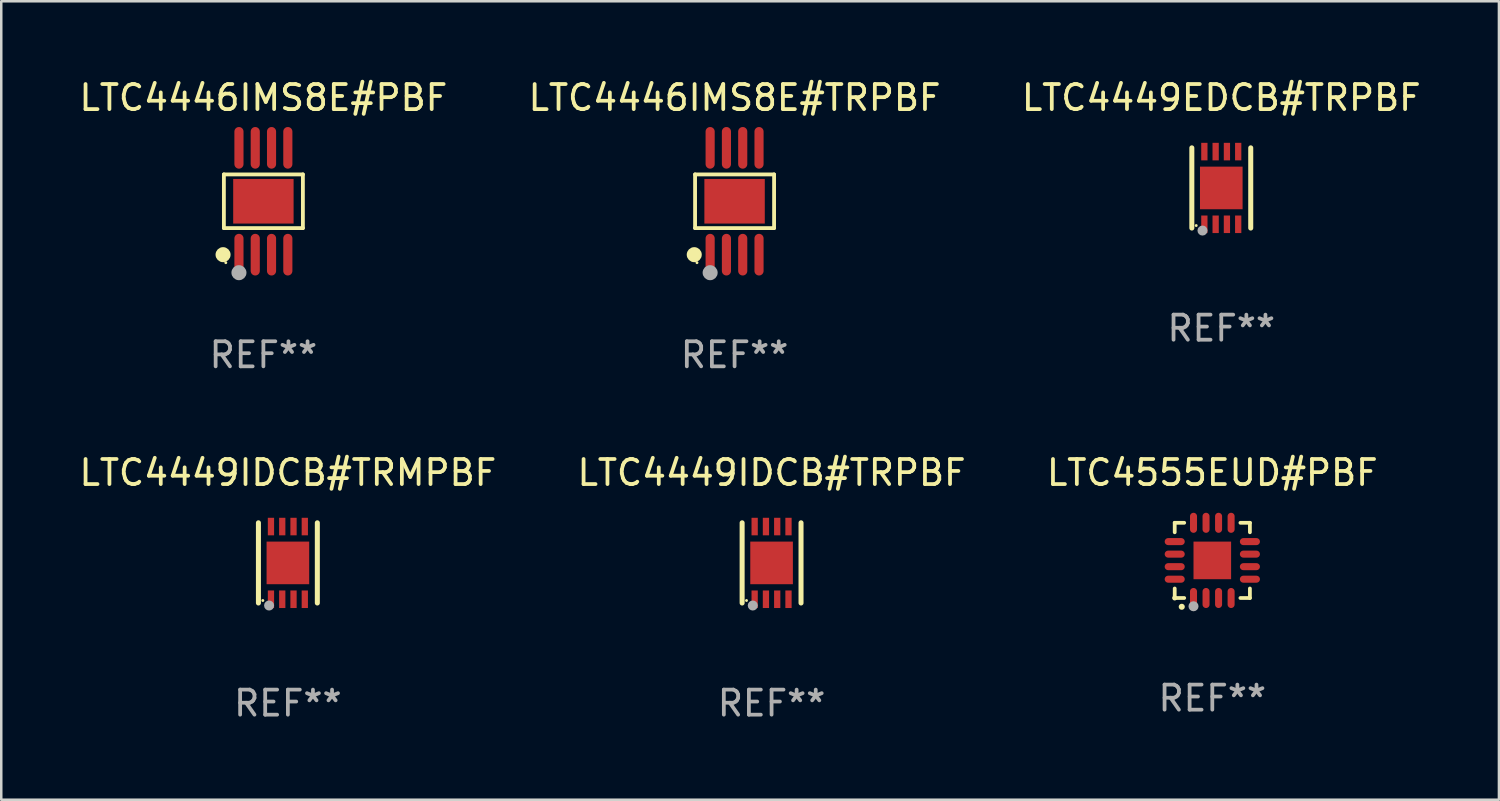
<source format=kicad_pcb>
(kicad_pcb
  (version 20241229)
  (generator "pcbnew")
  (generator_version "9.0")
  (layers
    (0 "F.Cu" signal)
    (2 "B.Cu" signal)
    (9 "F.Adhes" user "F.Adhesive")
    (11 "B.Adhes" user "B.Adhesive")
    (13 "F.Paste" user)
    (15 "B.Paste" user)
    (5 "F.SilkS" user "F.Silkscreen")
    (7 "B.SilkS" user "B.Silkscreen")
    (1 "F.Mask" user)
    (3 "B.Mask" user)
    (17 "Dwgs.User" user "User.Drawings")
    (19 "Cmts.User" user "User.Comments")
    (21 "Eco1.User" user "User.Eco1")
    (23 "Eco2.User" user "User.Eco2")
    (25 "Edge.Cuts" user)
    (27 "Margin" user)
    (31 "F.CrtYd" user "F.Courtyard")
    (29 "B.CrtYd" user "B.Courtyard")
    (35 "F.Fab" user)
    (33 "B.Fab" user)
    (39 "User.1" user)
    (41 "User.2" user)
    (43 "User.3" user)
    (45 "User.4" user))
  (footprint "LTC4449IDCB#TRMPBF"
    (layer "F.Cu")
    (at 8.435 19.407)
    (property "Reference" "LTC4449IDCB#TRMPBF" (at 0 -3.6 0) (layer "F.SilkS") (effects (font (size 1 1) (thickness 0.15))))
    (attr through_hole)
    (fp_line (start -1.175 1.6) (end -1.175 -1.6) (stroke (width 0.2) (type solid)) (layer "F.SilkS"))
    (fp_line (start 1.175 1.6) (end 1.175 -1.6) (stroke (width 0.2) (type solid)) (layer "F.SilkS"))
    (fp_circle (center -1 1.5) (end -0.97 1.5) (stroke (width 0.06) (type solid)) (fill no) (layer "F.SilkS"))
    (fp_circle (center -0.75 1.7) (end -0.65 1.7) (stroke (width 0.2) (type solid)) (fill no) (layer "F.Fab"))
    (fp_text user "REF**" (at 0 5.6 0) (layer "F.Fab") (effects (font (size 1 1) (thickness 0.15))))
    (pad "1" smd rect (at -0.675 1.45 90) (size 0.7 0.25) (layers "F.Cu" "F.Mask" "F.Paste"))
    (pad "2" smd rect (at -0.225 1.45 90) (size 0.7 0.25) (layers "F.Cu" "F.Mask" "F.Paste"))
    (pad "3" smd rect (at 0.225 1.45 90) (size 0.7 0.25) (layers "F.Cu" "F.Mask" "F.Paste"))
    (pad "4" smd rect (at 0.675 1.45 90) (size 0.7 0.25) (layers "F.Cu" "F.Mask" "F.Paste"))
    (pad "5" smd rect (at 0.675 -1.45 90) (size 0.7 0.25) (layers "F.Cu" "F.Mask" "F.Paste"))
    (pad "6" smd rect (at 0.225 -1.45 90) (size 0.7 0.25) (layers "F.Cu" "F.Mask" "F.Paste"))
    (pad "7" smd rect (at -0.225 -1.45 90) (size 0.7 0.25) (layers "F.Cu" "F.Mask" "F.Paste"))
    (pad "8" smd rect (at -0.675 -1.45 90) (size 0.7 0.25) (layers "F.Cu" "F.Mask" "F.Paste"))
    (pad "9" smd rect (at 0.000127 0 90) (size 1.7 1.7) (layers "F.Cu" "F.Mask" "F.Paste")))
  (footprint "LTC4446IMS8E#PBF"
    (layer "F.Cu")
    (at 7.458 4.979)
    (property "Reference" "LTC4446IMS8E#PBF" (at 0 -4.131 0) (layer "F.SilkS") (effects (font (size 1 1) (thickness 0.15))))
    (attr through_hole)
    (fp_line (start -1.576 -1.071) (end 1.576 -1.071) (stroke (width 0.152) (type solid)) (layer "F.SilkS"))
    (fp_line (start -1.576 1.071) (end -1.576 -1.071) (stroke (width 0.152) (type solid)) (layer "F.SilkS"))
    (fp_line (start 1.576 -1.071) (end 1.576 1.071) (stroke (width 0.152) (type solid)) (layer "F.SilkS"))
    (fp_line (start 1.576 1.071) (end -1.576 1.071) (stroke (width 0.152) (type solid)) (layer "F.SilkS"))
    (fp_circle (center -1.609 2.131) (end -1.459 2.131) (stroke (width 0.3) (type solid)) (fill no) (layer "F.SilkS"))
    (fp_circle (center -1.5 2.45) (end -1.47 2.45) (stroke (width 0.06) (type solid)) (fill no) (layer "F.SilkS"))
    (fp_circle (center -0.975 2.85) (end -0.825 2.85) (stroke (width 0.3) (type solid)) (fill no) (layer "F.Fab"))
    (fp_text user "REF**" (at 0 6.131 0) (layer "F.Fab") (effects (font (size 1 1) (thickness 0.15))))
    (pad "1" smd oval (at -0.975 2.131) (size 0.364 1.662) (layers "F.Cu" "F.Mask" "F.Paste"))
    (pad "2" smd oval (at -0.325 2.131) (size 0.364 1.662) (layers "F.Cu" "F.Mask" "F.Paste"))
    (pad "3" smd oval (at 0.325 2.131) (size 0.364 1.662) (layers "F.Cu" "F.Mask" "F.Paste"))
    (pad "4" smd oval (at 0.975 2.131) (size 0.364 1.662) (layers "F.Cu" "F.Mask" "F.Paste"))
    (pad "5" smd oval (at 0.975 -2.131) (size 0.364 1.662) (layers "F.Cu" "F.Mask" "F.Paste"))
    (pad "6" smd oval (at 0.325 -2.131) (size 0.364 1.662) (layers "F.Cu" "F.Mask" "F.Paste"))
    (pad "7" smd oval (at -0.325 -2.131) (size 0.364 1.662) (layers "F.Cu" "F.Mask" "F.Paste"))
    (pad "8" smd oval (at -0.975 -2.131) (size 0.364 1.662) (layers "F.Cu" "F.Mask" "F.Paste"))
    (pad "9" smd rect (at 0 0) (size 2.41 1.78) (layers "F.Cu" "F.Mask" "F.Paste")))
  (footprint "LTC4449IDCB#TRPBF"
    (layer "F.Cu")
    (at 27.732 19.407)
    (property "Reference" "LTC4449IDCB#TRPBF" (at 0 -3.6 0) (layer "F.SilkS") (effects (font (size 1 1) (thickness 0.15))))
    (attr through_hole)
    (fp_line (start -1.175 1.6) (end -1.175 -1.6) (stroke (width 0.2) (type solid)) (layer "F.SilkS"))
    (fp_line (start 1.175 1.6) (end 1.175 -1.6) (stroke (width 0.2) (type solid)) (layer "F.SilkS"))
    (fp_circle (center -1 1.5) (end -0.97 1.5) (stroke (width 0.06) (type solid)) (fill no) (layer "F.SilkS"))
    (fp_circle (center -0.75 1.7) (end -0.65 1.7) (stroke (width 0.2) (type solid)) (fill no) (layer "F.Fab"))
    (fp_text user "REF**" (at 0 5.6 0) (layer "F.Fab") (effects (font (size 1 1) (thickness 0.15))))
    (pad "1" smd rect (at -0.675 1.45 90) (size 0.7 0.25) (layers "F.Cu" "F.Mask" "F.Paste"))
    (pad "2" smd rect (at -0.225 1.45 90) (size 0.7 0.25) (layers "F.Cu" "F.Mask" "F.Paste"))
    (pad "3" smd rect (at 0.225 1.45 90) (size 0.7 0.25) (layers "F.Cu" "F.Mask" "F.Paste"))
    (pad "4" smd rect (at 0.675 1.45 90) (size 0.7 0.25) (layers "F.Cu" "F.Mask" "F.Paste"))
    (pad "5" smd rect (at 0.675 -1.45 90) (size 0.7 0.25) (layers "F.Cu" "F.Mask" "F.Paste"))
    (pad "6" smd rect (at 0.225 -1.45 90) (size 0.7 0.25) (layers "F.Cu" "F.Mask" "F.Paste"))
    (pad "7" smd rect (at -0.225 -1.45 90) (size 0.7 0.25) (layers "F.Cu" "F.Mask" "F.Paste"))
    (pad "8" smd rect (at -0.675 -1.45 90) (size 0.7 0.25) (layers "F.Cu" "F.Mask" "F.Paste"))
    (pad "9" smd rect (at 0.000127 0 90) (size 1.7 1.7) (layers "F.Cu" "F.Mask" "F.Paste")))
  (footprint "LTC4446IMS8E#TRPBF"
    (layer "F.Cu")
    (at 26.256 4.979)
    (property "Reference" "LTC4446IMS8E#TRPBF" (at 0 -4.131 0) (layer "F.SilkS") (effects (font (size 1 1) (thickness 0.15))))
    (attr through_hole)
    (fp_line (start -1.576 -1.071) (end 1.576 -1.071) (stroke (width 0.152) (type solid)) (layer "F.SilkS"))
    (fp_line (start -1.576 1.071) (end -1.576 -1.071) (stroke (width 0.152) (type solid)) (layer "F.SilkS"))
    (fp_line (start 1.576 -1.071) (end 1.576 1.071) (stroke (width 0.152) (type solid)) (layer "F.SilkS"))
    (fp_line (start 1.576 1.071) (end -1.576 1.071) (stroke (width 0.152) (type solid)) (layer "F.SilkS"))
    (fp_circle (center -1.609 2.131) (end -1.459 2.131) (stroke (width 0.3) (type solid)) (fill no) (layer "F.SilkS"))
    (fp_circle (center -1.5 2.45) (end -1.47 2.45) (stroke (width 0.06) (type solid)) (fill no) (layer "F.SilkS"))
    (fp_circle (center -0.975 2.85) (end -0.825 2.85) (stroke (width 0.3) (type solid)) (fill no) (layer "F.Fab"))
    (fp_text user "REF**" (at 0 6.131 0) (layer "F.Fab") (effects (font (size 1 1) (thickness 0.15))))
    (pad "1" smd oval (at -0.975 2.131) (size 0.364 1.662) (layers "F.Cu" "F.Mask" "F.Paste"))
    (pad "2" smd oval (at -0.325 2.131) (size 0.364 1.662) (layers "F.Cu" "F.Mask" "F.Paste"))
    (pad "3" smd oval (at 0.325 2.131) (size 0.364 1.662) (layers "F.Cu" "F.Mask" "F.Paste"))
    (pad "4" smd oval (at 0.975 2.131) (size 0.364 1.662) (layers "F.Cu" "F.Mask" "F.Paste"))
    (pad "5" smd oval (at 0.975 -2.131) (size 0.364 1.662) (layers "F.Cu" "F.Mask" "F.Paste"))
    (pad "6" smd oval (at 0.325 -2.131) (size 0.364 1.662) (layers "F.Cu" "F.Mask" "F.Paste"))
    (pad "7" smd oval (at -0.325 -2.131) (size 0.364 1.662) (layers "F.Cu" "F.Mask" "F.Paste"))
    (pad "8" smd oval (at -0.975 -2.131) (size 0.364 1.662) (layers "F.Cu" "F.Mask" "F.Paste"))
    (pad "9" smd rect (at 0 0) (size 2.41 1.78) (layers "F.Cu" "F.Mask" "F.Paste")))
  (footprint "LTC4449EDCB#TRPBF"
    (layer "F.Cu")
    (at 45.673 4.448)
    (property "Reference" "LTC4449EDCB#TRPBF" (at 0 -3.6 0) (layer "F.SilkS") (effects (font (size 1 1) (thickness 0.15))))
    (attr through_hole)
    (fp_line (start -1.175 1.6) (end -1.175 -1.6) (stroke (width 0.2) (type solid)) (layer "F.SilkS"))
    (fp_line (start 1.175 1.6) (end 1.175 -1.6) (stroke (width 0.2) (type solid)) (layer "F.SilkS"))
    (fp_circle (center -1 1.5) (end -0.97 1.5) (stroke (width 0.06) (type solid)) (fill no) (layer "F.SilkS"))
    (fp_circle (center -0.75 1.7) (end -0.65 1.7) (stroke (width 0.2) (type solid)) (fill no) (layer "F.Fab"))
    (fp_text user "REF**" (at 0 5.6 0) (layer "F.Fab") (effects (font (size 1 1) (thickness 0.15))))
    (pad "1" smd rect (at -0.675 1.45 90) (size 0.7 0.25) (layers "F.Cu" "F.Mask" "F.Paste"))
    (pad "2" smd rect (at -0.225 1.45 90) (size 0.7 0.25) (layers "F.Cu" "F.Mask" "F.Paste"))
    (pad "3" smd rect (at 0.225 1.45 90) (size 0.7 0.25) (layers "F.Cu" "F.Mask" "F.Paste"))
    (pad "4" smd rect (at 0.675 1.45 90) (size 0.7 0.25) (layers "F.Cu" "F.Mask" "F.Paste"))
    (pad "5" smd rect (at 0.675 -1.45 90) (size 0.7 0.25) (layers "F.Cu" "F.Mask" "F.Paste"))
    (pad "6" smd rect (at 0.225 -1.45 90) (size 0.7 0.25) (layers "F.Cu" "F.Mask" "F.Paste"))
    (pad "7" smd rect (at -0.225 -1.45 90) (size 0.7 0.25) (layers "F.Cu" "F.Mask" "F.Paste"))
    (pad "8" smd rect (at -0.675 -1.45 90) (size 0.7 0.25) (layers "F.Cu" "F.Mask" "F.Paste"))
    (pad "9" smd rect (at 0.000127 0 90) (size 1.7 1.7) (layers "F.Cu" "F.Mask" "F.Paste")))
  (footprint "LTC4555EUD#PBF"
    (layer "F.Cu")
    (at 45.315 19.307)
    (property "Reference" "LTC4555EUD#PBF" (at 0 -3.5 0) (layer "F.SilkS") (effects (font (size 1 1) (thickness 0.15))))
    (attr through_hole)
    (fp_line (start -1.5 -1.5) (end -1.121 -1.5) (stroke (width 0.15) (type solid)) (layer "F.SilkS"))
    (fp_line (start -1.5 -1.122) (end -1.5 -1.5) (stroke (width 0.15) (type solid)) (layer "F.SilkS"))
    (fp_line (start -1.5 1.5) (end -1.5 1.121) (stroke (width 0.15) (type solid)) (layer "F.SilkS"))
    (fp_line (start -1.121 1.5) (end -1.5 1.5) (stroke (width 0.15) (type solid)) (layer "F.SilkS"))
    (fp_line (start 1.121 -1.5) (end 1.5 -1.5) (stroke (width 0.15) (type solid)) (layer "F.SilkS"))
    (fp_line (start 1.5 -1.5) (end 1.5 -1.122) (stroke (width 0.15) (type solid)) (layer "F.SilkS"))
    (fp_line (start 1.5 1.121) (end 1.5 1.5) (stroke (width 0.15) (type solid)) (layer "F.SilkS"))
    (fp_line (start 1.5 1.5) (end 1.121 1.5) (stroke (width 0.15) (type solid)) (layer "F.SilkS"))
    (fp_arc (start -1.219926 1.850254) (mid -1.21891 1.85025) (end -1.217894 1.850254) (stroke (width 0.240005) (type solid)) (layer "F.SilkS"))
    (fp_circle (center -1.5 1.5) (end -1.45 1.5) (stroke (width 0.1) (type solid)) (fill no) (layer "F.SilkS"))
    (fp_circle (center -0.75 1.83) (end -0.65 1.83) (stroke (width 0.2) (type solid)) (fill no) (layer "F.Fab"))
    (fp_text user "REF**" (at 0 5.5 0) (layer "F.Fab") (effects (font (size 1 1) (thickness 0.15))))
    (pad "1" smd oval (at -0.75 1.5) (size 0.28 0.8) (layers "F.Cu" "F.Mask" "F.Paste"))
    (pad "2" smd oval (at -0.25 1.5) (size 0.28 0.8) (layers "F.Cu" "F.Mask" "F.Paste"))
    (pad "3" smd oval (at 0.25 1.5) (size 0.28 0.8) (layers "F.Cu" "F.Mask" "F.Paste"))
    (pad "4" smd oval (at 0.75 1.5) (size 0.28 0.8) (layers "F.Cu" "F.Mask" "F.Paste"))
    (pad "5" smd oval (at 1.5 0.75) (size 0.8 0.28) (layers "F.Cu" "F.Mask" "F.Paste"))
    (pad "6" smd oval (at 1.5 0.25) (size 0.8 0.28) (layers "F.Cu" "F.Mask" "F.Paste"))
    (pad "7" smd oval (at 1.5 -0.25) (size 0.8 0.28) (layers "F.Cu" "F.Mask" "F.Paste"))
    (pad "8" smd oval (at 1.5 -0.75) (size 0.8 0.28) (layers "F.Cu" "F.Mask" "F.Paste"))
    (pad "9" smd oval (at 0.75 -1.5) (size 0.28 0.8) (layers "F.Cu" "F.Mask" "F.Paste"))
    (pad "10" smd oval (at 0.25 -1.5) (size 0.28 0.8) (layers "F.Cu" "F.Mask" "F.Paste"))
    (pad "11" smd oval (at -0.25 -1.5) (size 0.28 0.8) (layers "F.Cu" "F.Mask" "F.Paste"))
    (pad "12" smd oval (at -0.75 -1.5) (size 0.28 0.8) (layers "F.Cu" "F.Mask" "F.Paste"))
    (pad "13" smd oval (at -1.5 -0.75) (size 0.8 0.28) (layers "F.Cu" "F.Mask" "F.Paste"))
    (pad "14" smd oval (at -1.5 -0.25) (size 0.8 0.28) (layers "F.Cu" "F.Mask" "F.Paste"))
    (pad "15" smd oval (at -1.5 0.25) (size 0.8 0.28) (layers "F.Cu" "F.Mask" "F.Paste"))
    (pad "16" smd oval (at -1.5 0.75) (size 0.8 0.28) (layers "F.Cu" "F.Mask" "F.Paste"))
    (pad "17" smd rect (at -0.000064 0.000165) (size 1.5 1.5) (layers "F.Cu" "F.Mask" "F.Paste")))
  (gr_rect
    (start -3 -3)
    (end 56.75 28.855)
    (stroke (width 0.1) (type default))
    (fill no)
    (layer "Edge.Cuts")))
</source>
